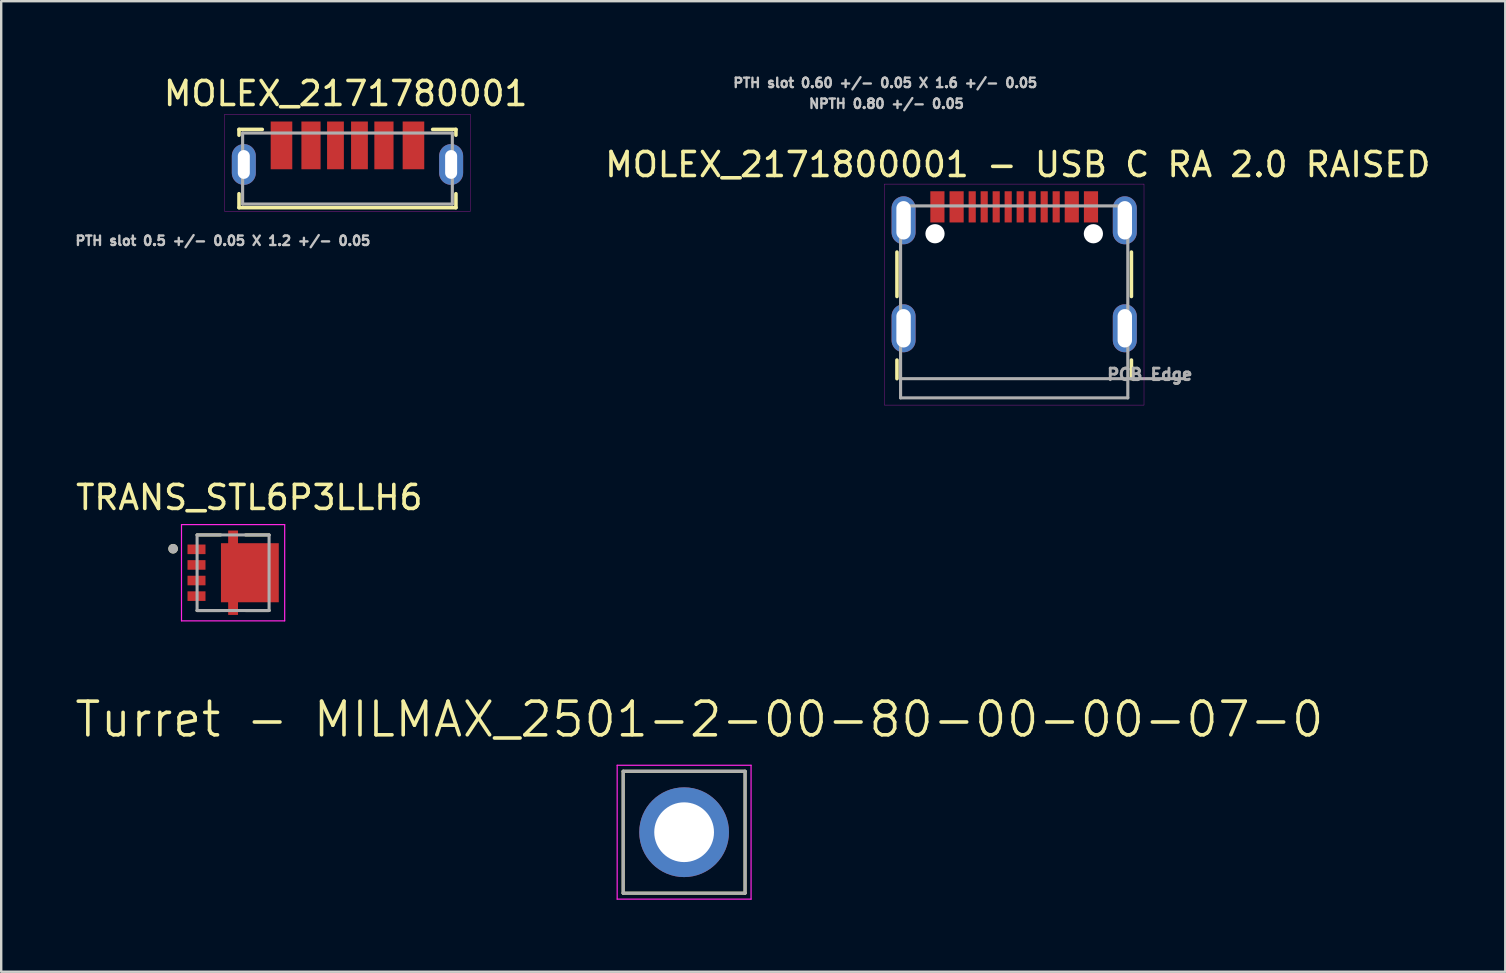
<source format=kicad_pcb>
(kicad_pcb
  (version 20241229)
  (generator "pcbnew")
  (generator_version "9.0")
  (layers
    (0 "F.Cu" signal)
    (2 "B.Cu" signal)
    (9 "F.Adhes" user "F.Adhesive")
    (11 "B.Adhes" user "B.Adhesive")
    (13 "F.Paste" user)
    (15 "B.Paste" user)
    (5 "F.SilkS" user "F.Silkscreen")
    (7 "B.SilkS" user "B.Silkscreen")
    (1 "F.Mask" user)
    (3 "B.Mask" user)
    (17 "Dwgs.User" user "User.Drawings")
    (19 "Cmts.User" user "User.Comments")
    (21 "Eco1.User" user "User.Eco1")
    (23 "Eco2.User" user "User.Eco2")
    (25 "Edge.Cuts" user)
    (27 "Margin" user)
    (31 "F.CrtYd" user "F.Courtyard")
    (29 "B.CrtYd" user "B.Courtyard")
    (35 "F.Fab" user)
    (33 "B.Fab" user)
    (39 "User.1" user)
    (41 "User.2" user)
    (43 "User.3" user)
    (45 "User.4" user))
  (footprint "MOLEX_2171780001"
    (layer "F.Cu")
    (at 11.431 3.974)
    (property "Reference" "MOLEX_2171780001" (at -0.075 -3.126 0) (layer "F.SilkS") (effects (font (size 1 1) (thickness 0.15))))
    (attr smd)
    (fp_poly (pts (xy -3.264 -2.023) (xy -2.236 -2.023) (xy -2.236 0.093) (xy -3.264 0.093)) (stroke (width 0.01) (type solid)) (fill yes) (layer "F.Mask"))
    (fp_poly (pts (xy -1.984 -2.023) (xy -1.056 -2.023) (xy -1.056 0.093) (xy -1.984 0.093)) (stroke (width 0.01) (type solid)) (fill yes) (layer "F.Mask"))
    (fp_poly (pts (xy -0.913 -2.023) (xy -0.086 -2.023) (xy -0.086 0.093) (xy -0.913 0.093)) (stroke (width 0.01) (type solid)) (fill yes) (layer "F.Mask"))
    (fp_poly (pts (xy 0.086 -2.023) (xy 0.913 -2.023) (xy 0.913 0.093) (xy 0.086 0.093)) (stroke (width 0.01) (type solid)) (fill yes) (layer "F.Mask"))
    (fp_poly (pts (xy 1.056 -2.023) (xy 1.984 -2.023) (xy 1.984 0.093) (xy 1.056 0.093)) (stroke (width 0.01) (type solid)) (fill yes) (layer "F.Mask"))
    (fp_poly (pts (xy 2.236 -2.023) (xy 3.264 -2.023) (xy 3.264 0.093) (xy 2.236 0.093)) (stroke (width 0.01) (type solid)) (fill yes) (layer "F.Mask"))
    (fp_line (start -4.52 -1.63) (end -3.55 -1.63) (stroke (width 0.15) (type solid)) (layer "F.SilkS"))
    (fp_line (start -4.52 -1.39) (end -4.52 -1.63) (stroke (width 0.15) (type solid)) (layer "F.SilkS"))
    (fp_line (start -4.52 1.63) (end -4.52 1.05) (stroke (width 0.15) (type solid)) (layer "F.SilkS"))
    (fp_line (start 3.55 -1.63) (end 4.52 -1.63) (stroke (width 0.15) (type solid)) (layer "F.SilkS"))
    (fp_line (start 4.52 -1.63) (end 4.52 -1.39) (stroke (width 0.15) (type solid)) (layer "F.SilkS"))
    (fp_line (start 4.52 1.05) (end 4.52 1.63) (stroke (width 0.15) (type solid)) (layer "F.SilkS"))
    (fp_line (start 4.52 1.63) (end -4.52 1.63) (stroke (width 0.15) (type solid)) (layer "F.SilkS"))
    (fp_line (start -5.12 -2.26) (end 5.12 -2.26) (stroke (width 0.01) (type solid)) (layer "F.CrtYd"))
    (fp_line (start -5.12 1.78) (end -5.12 -2.26) (stroke (width 0.01) (type solid)) (layer "F.CrtYd"))
    (fp_line (start 5.12 -2.26) (end 5.12 1.78) (stroke (width 0.01) (type solid)) (layer "F.CrtYd"))
    (fp_line (start 5.12 1.78) (end -5.12 1.78) (stroke (width 0.01) (type solid)) (layer "F.CrtYd"))
    (fp_line (start -4.37 -1.48) (end 4.37 -1.48) (stroke (width 0.13) (type solid)) (layer "F.Fab"))
    (fp_line (start -4.37 1.48) (end -4.37 -1.48) (stroke (width 0.13) (type solid)) (layer "F.Fab"))
    (fp_line (start 4.37 -1.48) (end 4.37 1.48) (stroke (width 0.13) (type solid)) (layer "F.Fab"))
    (fp_line (start 4.37 1.48) (end -4.37 1.48) (stroke (width 0.13) (type solid)) (layer "F.Fab"))
    (fp_text user "PTH slot 0.5 +/- 0.05 X 1.2 +/- 0.05" (at -5.192 3.009 0) (layer "Dwgs.User") (effects (font (size 0.394 0.394) (thickness 0.15))))
    (pad "A5" smd rect (at 0.5 -0.965) (size 0.7 1.99) (layers "F.Cu" "F.Paste"))
    (pad "A9" smd rect (at -1.52 -0.965) (size 0.8 1.99) (layers "F.Cu" "F.Paste"))
    (pad "A12" smd rect (at -2.75 -0.965) (size 0.9 1.99) (layers "F.Cu" "F.Paste"))
    (pad "B5" smd rect (at -0.5 -0.965) (size 0.7 1.99) (layers "F.Cu" "F.Paste"))
    (pad "B9" smd rect (at 1.52 -0.965) (size 0.8 1.99) (layers "F.Cu" "F.Paste"))
    (pad "B12" smd rect (at 2.75 -0.965) (size 0.9 1.99) (layers "F.Cu" "F.Paste"))
    (pad "SH1" thru_hole oval (at -4.32 -0.17) (size 1 1.7) (drill oval 0.5 1.2) (layers "*.Cu" "*.Mask"))
    (pad "SH2" thru_hole oval (at 4.32 -0.17) (size 1 1.7) (drill oval 0.5 1.2) (layers "*.Cu" "*.Mask")))
  (footprint "Turret - MILMAX_2501-2-00-80-00-00-07-0"
    (layer "F.Cu")
    (at 25.461 31.633)
    (property "Reference" "Turret - MILMAX_2501-2-00-80-00-00-07-0" (at 0.635 -4.701 0) (layer "F.SilkS") (effects (font (size 1.401 1.401) (thickness 0.15))))
    (attr through_hole)
    (fp_line (start -2.54 -2.54) (end 2.54 -2.54) (stroke (width 0.127) (type solid)) (layer "F.SilkS"))
    (fp_line (start -2.54 2.54) (end -2.54 -2.54) (stroke (width 0.127) (type solid)) (layer "F.SilkS"))
    (fp_line (start 2.54 -2.54) (end 2.54 2.54) (stroke (width 0.127) (type solid)) (layer "F.SilkS"))
    (fp_line (start 2.54 2.54) (end -2.54 2.54) (stroke (width 0.127) (type solid)) (layer "F.SilkS"))
    (fp_line (start -2.79 -2.79) (end 2.79 -2.79) (stroke (width 0.05) (type solid)) (layer "F.CrtYd"))
    (fp_line (start -2.79 2.79) (end -2.79 -2.79) (stroke (width 0.05) (type solid)) (layer "F.CrtYd"))
    (fp_line (start 2.79 -2.79) (end 2.79 2.79) (stroke (width 0.05) (type solid)) (layer "F.CrtYd"))
    (fp_line (start 2.79 2.79) (end -2.79 2.79) (stroke (width 0.05) (type solid)) (layer "F.CrtYd"))
    (fp_line (start -2.54 -2.54) (end 2.54 -2.54) (stroke (width 0.127) (type solid)) (layer "F.Fab"))
    (fp_line (start -2.54 2.54) (end -2.54 -2.54) (stroke (width 0.127) (type solid)) (layer "F.Fab"))
    (fp_line (start 2.54 -2.54) (end 2.54 2.54) (stroke (width 0.127) (type solid)) (layer "F.Fab"))
    (fp_line (start 2.54 2.54) (end -2.54 2.54) (stroke (width 0.127) (type solid)) (layer "F.Fab"))
    (pad "1" thru_hole circle (at 0 0) (size 3.74 3.74) (drill 2.49) (layers "*.Cu" "*.Mask")))
  (footprint "TRANS_STL6P3LLH6"
    (layer "F.Cu")
    (at 6.664 20.819)
    (property "Reference" "TRANS_STL6P3LLH6" (at 0.675 -3.135 0) (layer "F.SilkS") (effects (font (size 1 1) (thickness 0.15))))
    (attr smd)
    (fp_poly (pts (xy -0.6 -1.325) (xy -0.6 1.325) (xy -0.3 1.325) (xy -0.3 1.855) (xy 0.3 1.855) (xy 0.3 1.325) (xy 2 1.325) (xy 2 -1.325) (xy 0.3 -1.325) (xy 0.3 -1.855) (xy -0.3 -1.855) (xy -0.3 -1.325)) (stroke (width 0.01) (type solid)) (fill yes) (layer "F.Mask"))
    (fp_line (start -0.52 -1.575) (end -1.5 -1.575) (stroke (width 0.127) (type solid)) (layer "F.SilkS"))
    (fp_line (start -0.52 1.575) (end -1.5 1.575) (stroke (width 0.127) (type solid)) (layer "F.SilkS"))
    (fp_line (start 1.5 -1.575) (end 0.52 -1.575) (stroke (width 0.127) (type solid)) (layer "F.SilkS"))
    (fp_line (start 1.5 1.575) (end 0.52 1.575) (stroke (width 0.127) (type solid)) (layer "F.SilkS"))
    (fp_circle (center -2.5 -1) (end -2.4 -1) (stroke (width 0.2) (type solid)) (fill no) (layer "F.SilkS"))
    (fp_poly (pts (xy -0.2 -1.755) (xy 0.2 -1.755) (xy 0.2 -1.23) (xy -0.2 -1.23)) (stroke (width 0.01) (type solid)) (fill yes) (layer "F.Paste"))
    (fp_poly (pts (xy -0.2 1.23) (xy 0.2 1.23) (xy 0.2 1.755) (xy -0.2 1.755)) (stroke (width 0.01) (type solid)) (fill yes) (layer "F.Paste"))
    (fp_poly (pts (xy -0.06 -0.775) (xy 1.46 -0.775) (xy 1.46 0.775) (xy -0.06 0.775)) (stroke (width 0.01) (type solid)) (fill yes) (layer "F.Paste"))
    (fp_line (start -2.15 -2.005) (end 2.15 -2.005) (stroke (width 0.05) (type solid)) (layer "F.CrtYd"))
    (fp_line (start -2.15 2.005) (end -2.15 -2.005) (stroke (width 0.05) (type solid)) (layer "F.CrtYd"))
    (fp_line (start 2.15 -2.005) (end 2.15 2.005) (stroke (width 0.05) (type solid)) (layer "F.CrtYd"))
    (fp_line (start 2.15 2.005) (end -2.15 2.005) (stroke (width 0.05) (type solid)) (layer "F.CrtYd"))
    (fp_line (start -1.5 -1.575) (end 1.5 -1.575) (stroke (width 0.127) (type solid)) (layer "F.Fab"))
    (fp_line (start -1.5 1.575) (end -1.5 -1.575) (stroke (width 0.127) (type solid)) (layer "F.Fab"))
    (fp_line (start 1.5 -1.575) (end 1.5 1.575) (stroke (width 0.127) (type solid)) (layer "F.Fab"))
    (fp_line (start 1.5 1.575) (end -1.5 1.575) (stroke (width 0.127) (type solid)) (layer "F.Fab"))
    (fp_circle (center -2.5 -1) (end -2.4 -1) (stroke (width 0.2) (type solid)) (fill no) (layer "F.Fab"))
    (pad "1" smd rect (at -1.525 -0.975) (size 0.75 0.4) (layers "F.Cu" "F.Mask" "F.Paste"))
    (pad "2" smd rect (at -1.525 -0.325) (size 0.75 0.4) (layers "F.Cu" "F.Mask" "F.Paste"))
    (pad "3" smd rect (at -1.525 0.325) (size 0.75 0.4) (layers "F.Cu" "F.Mask" "F.Paste"))
    (pad "4" smd rect (at -1.525 0.975) (size 0.75 0.4) (layers "F.Cu" "F.Mask" "F.Paste"))
    (pad "5_8" smd custom (at 0.7 0) (size 2.4 2.45) (layers "F.Cu") (options (anchor rect)) (primitives (gr_poly (pts (xy -1.2 -1.225) (xy -1.2 1.225) (xy -0.9 1.225) (xy -0.9 1.755) (xy -0.5 1.755) (xy -0.5 1.225) (xy 1.2 1.225) (xy 1.2 -1.225) (xy -0.5 -1.225) (xy -0.5 -1.755) (xy -0.9 -1.755) (xy -0.9 -1.225)) (width 0.01) (fill yes)))))
  (footprint "MOLEX_2171800001 - USB C RA 2.0 RAISED"
    (layer "F.Cu")
    (at 39.217 12.731)
    (property "Reference" "MOLEX_2171800001 - USB C RA 2.0 RAISED" (at 0.151 -8.922 0) (layer "F.SilkS") (effects (font (size 1 1) (thickness 0.15))))
    (attr smd)
    (fp_poly (pts (xy -2.759 -7.873) (xy -2.042 -7.873) (xy -2.042 -6.447) (xy -2.759 -6.447)) (stroke (width 0.01) (type solid)) (fill yes) (layer "F.Mask"))
    (fp_poly (pts (xy -1.962 -7.873) (xy -1.538 -7.873) (xy -1.538 -6.447) (xy -1.962 -6.447)) (stroke (width 0.01) (type solid)) (fill yes) (layer "F.Mask"))
    (fp_poly (pts (xy -1.462 -7.873) (xy -1.038 -7.873) (xy -1.038 -6.447) (xy -1.462 -6.447)) (stroke (width 0.01) (type solid)) (fill yes) (layer "F.Mask"))
    (fp_poly (pts (xy -0.963 -7.873) (xy -0.537 -7.873) (xy -0.537 -6.447) (xy -0.963 -6.447)) (stroke (width 0.01) (type solid)) (fill yes) (layer "F.Mask"))
    (fp_poly (pts (xy -0.463 -7.873) (xy -0.037 -7.873) (xy -0.037 -6.447) (xy -0.463 -6.447)) (stroke (width 0.01) (type solid)) (fill yes) (layer "F.Mask"))
    (fp_poly (pts (xy 0.037 -7.873) (xy 0.463 -7.873) (xy 0.463 -6.447) (xy 0.037 -6.447)) (stroke (width 0.01) (type solid)) (fill yes) (layer "F.Mask"))
    (fp_poly (pts (xy 0.537 -7.873) (xy 0.963 -7.873) (xy 0.963 -6.447) (xy 0.537 -6.447)) (stroke (width 0.01) (type solid)) (fill yes) (layer "F.Mask"))
    (fp_poly (pts (xy 1.038 -7.873) (xy 1.462 -7.873) (xy 1.462 -6.447) (xy 1.038 -6.447)) (stroke (width 0.01) (type solid)) (fill yes) (layer "F.Mask"))
    (fp_poly (pts (xy 1.538 -7.873) (xy 1.962 -7.873) (xy 1.962 -6.447) (xy 1.538 -6.447)) (stroke (width 0.01) (type solid)) (fill yes) (layer "F.Mask"))
    (fp_poly (pts (xy 2.042 -7.873) (xy 2.759 -7.873) (xy 2.759 -6.447) (xy 2.042 -6.447)) (stroke (width 0.01) (type solid)) (fill yes) (layer "F.Mask"))
    (fp_poly (pts (xy -3.558 -7.873) (xy -2.837 -7.873) (xy -2.837 -6.02) (xy -2.838 -5.998) (xy -2.84 -5.975) (xy -2.844 -5.952) (xy -2.849 -5.93) (xy -2.855 -5.908) (xy -2.862 -5.886) (xy -2.87 -5.865) (xy -2.879 -5.844) (xy -2.889 -5.823) (xy -2.9 -5.803) (xy -2.912 -5.784) (xy -2.925 -5.765) (xy -2.939 -5.747) (xy -2.954 -5.73) (xy -2.97 -5.713) (xy -2.987 -5.698) (xy -3.004 -5.683) (xy -3.022 -5.669) (xy -3.041 -5.656) (xy -3.06 -5.644) (xy -3.08 -5.632) (xy -3.1 -5.622) (xy -3.121 -5.613) (xy -3.143 -5.605) (xy -3.165 -5.598) (xy -3.187 -5.592) (xy -3.209 -5.587) (xy -3.232 -5.584) (xy -3.254 -5.581) (xy -3.275 -5.58) (xy -3.305 -5.58) (xy -3.329 -5.581) (xy -3.353 -5.583) (xy -3.377 -5.586) (xy -3.401 -5.59) (xy -3.424 -5.596) (xy -3.447 -5.603) (xy -3.47 -5.611) (xy -3.492 -5.62) (xy -3.514 -5.63) (xy -3.535 -5.642) (xy -3.556 -5.654) (xy -3.575 -5.668) (xy -3.594 -5.683) (xy -3.613 -5.698) (xy -3.63 -5.715) (xy -3.647 -5.732) (xy -3.662 -5.751) (xy -3.677 -5.77) (xy -3.691 -5.789) (xy -3.703 -5.81) (xy -3.715 -5.831) (xy -3.725 -5.853) (xy -3.734 -5.875) (xy -3.742 -5.898) (xy -3.749 -5.921) (xy -3.755 -5.944) (xy -3.759 -5.968) (xy -3.762 -5.992) (xy -3.764 -6.016) (xy -3.765 -6.04) (xy -3.765 -6.055) (xy -3.764 -6.07) (xy -3.764 -6.085) (xy -3.762 -6.1) (xy -3.76 -6.115) (xy -3.758 -6.129) (xy -3.755 -6.144) (xy -3.751 -6.159) (xy -3.747 -6.173) (xy -3.743 -6.187) (xy -3.738 -6.201) (xy -3.733 -6.215) (xy -3.727 -6.229) (xy -3.721 -6.243) (xy -3.715 -6.256) (xy -3.708 -6.269) (xy -3.7 -6.282) (xy -3.692 -6.295) (xy -3.684 -6.307) (xy -3.675 -6.319) (xy -3.666 -6.331) (xy -3.657 -6.343) (xy -3.647 -6.354) (xy -3.637 -6.365) (xy -3.626 -6.375) (xy -3.616 -6.386) (xy -3.604 -6.396) (xy -3.593 -6.405) (xy -3.581 -6.414) (xy -3.569 -6.423) (xy -3.558 -6.43) (xy -3.558 -7.873) (xy -3.558 -7.873)) (stroke (width 0.01) (type solid)) (fill yes) (layer "F.Mask"))
    (fp_poly (pts (xy 3.558 -7.873) (xy 2.837 -7.873) (xy 2.837 -6.02) (xy 2.838 -5.998) (xy 2.84 -5.975) (xy 2.844 -5.952) (xy 2.849 -5.93) (xy 2.855 -5.908) (xy 2.862 -5.886) (xy 2.87 -5.865) (xy 2.879 -5.844) (xy 2.889 -5.823) (xy 2.9 -5.803) (xy 2.912 -5.784) (xy 2.925 -5.765) (xy 2.939 -5.747) (xy 2.954 -5.73) (xy 2.97 -5.713) (xy 2.987 -5.698) (xy 3.004 -5.683) (xy 3.022 -5.669) (xy 3.041 -5.656) (xy 3.06 -5.644) (xy 3.08 -5.632) (xy 3.1 -5.622) (xy 3.121 -5.613) (xy 3.143 -5.605) (xy 3.165 -5.598) (xy 3.187 -5.592) (xy 3.209 -5.587) (xy 3.232 -5.584) (xy 3.254 -5.581) (xy 3.275 -5.58) (xy 3.305 -5.58) (xy 3.329 -5.581) (xy 3.353 -5.583) (xy 3.377 -5.586) (xy 3.401 -5.59) (xy 3.424 -5.596) (xy 3.447 -5.603) (xy 3.47 -5.611) (xy 3.492 -5.62) (xy 3.514 -5.63) (xy 3.535 -5.642) (xy 3.556 -5.654) (xy 3.575 -5.668) (xy 3.594 -5.683) (xy 3.613 -5.698) (xy 3.63 -5.715) (xy 3.647 -5.732) (xy 3.662 -5.751) (xy 3.677 -5.77) (xy 3.691 -5.789) (xy 3.703 -5.81) (xy 3.715 -5.831) (xy 3.725 -5.853) (xy 3.734 -5.875) (xy 3.742 -5.898) (xy 3.749 -5.921) (xy 3.755 -5.944) (xy 3.759 -5.968) (xy 3.762 -5.992) (xy 3.764 -6.016) (xy 3.765 -6.04) (xy 3.765 -6.055) (xy 3.764 -6.07) (xy 3.764 -6.085) (xy 3.762 -6.1) (xy 3.76 -6.115) (xy 3.758 -6.129) (xy 3.755 -6.144) (xy 3.751 -6.159) (xy 3.747 -6.173) (xy 3.743 -6.187) (xy 3.738 -6.201) (xy 3.733 -6.215) (xy 3.727 -6.229) (xy 3.721 -6.243) (xy 3.715 -6.256) (xy 3.708 -6.269) (xy 3.7 -6.282) (xy 3.692 -6.295) (xy 3.684 -6.307) (xy 3.675 -6.319) (xy 3.666 -6.331) (xy 3.657 -6.343) (xy 3.647 -6.354) (xy 3.637 -6.365) (xy 3.626 -6.375) (xy 3.616 -6.386) (xy 3.604 -6.396) (xy 3.593 -6.405) (xy 3.581 -6.414) (xy 3.569 -6.423) (xy 3.558 -6.43) (xy 3.558 -7.873) (xy 3.558 -7.873)) (stroke (width 0.01) (type solid)) (fill yes) (layer "F.Mask"))
    (fp_circle (center -3.3 -6.04) (end -3.068 -6.04) (stroke (width 0.464) (type solid)) (fill no) (layer "B.Mask"))
    (fp_circle (center 3.3 -6.04) (end 3.532 -6.04) (stroke (width 0.464) (type solid)) (fill no) (layer "B.Mask"))
    (fp_line (start -4.885 -3.425) (end -4.885 -5.275) (stroke (width 0.15) (type solid)) (layer "F.SilkS"))
    (fp_line (start -4.885 0) (end -4.885 -0.775) (stroke (width 0.15) (type solid)) (layer "F.SilkS"))
    (fp_line (start 4.885 -5.275) (end 4.885 -3.425) (stroke (width 0.15) (type solid)) (layer "F.SilkS"))
    (fp_line (start 4.885 -0.775) (end 4.885 0) (stroke (width 0.15) (type solid)) (layer "F.SilkS"))
    (fp_line (start -5.41 -8.11) (end 5.41 -8.11) (stroke (width 0.01) (type solid)) (layer "F.CrtYd"))
    (fp_line (start -5.41 1.1) (end -5.41 -8.11) (stroke (width 0.01) (type solid)) (layer "F.CrtYd"))
    (fp_line (start 5.41 -8.11) (end 5.41 1.1) (stroke (width 0.01) (type solid)) (layer "F.CrtYd"))
    (fp_line (start 5.41 1.1) (end -5.41 1.1) (stroke (width 0.01) (type solid)) (layer "F.CrtYd"))
    (fp_line (start -4.735 -7.2) (end 4.735 -7.2) (stroke (width 0.13) (type solid)) (layer "F.Fab"))
    (fp_line (start -4.735 0) (end -4.735 -7.2) (stroke (width 0.13) (type solid)) (layer "F.Fab"))
    (fp_line (start -4.735 0) (end -4.735 0.8) (stroke (width 0.13) (type solid)) (layer "F.Fab"))
    (fp_line (start 4.735 -7.2) (end 4.735 0) (stroke (width 0.13) (type solid)) (layer "F.Fab"))
    (fp_line (start 4.735 0) (end -4.735 0) (stroke (width 0.13) (type solid)) (layer "F.Fab"))
    (fp_line (start 4.735 0) (end 7.11 0) (stroke (width 0.13) (type solid)) (layer "F.Fab"))
    (fp_line (start 4.735 0.8) (end -4.735 0.8) (stroke (width 0.13) (type solid)) (layer "F.Fab"))
    (fp_line (start 4.735 0.8) (end 4.735 0) (stroke (width 0.13) (type solid)) (layer "F.Fab"))
    (fp_text user "NPTH 0.80 +/- 0.05" (at -5.324 -11.458 0) (layer "Dwgs.User") (effects (font (size 0.394 0.394) (thickness 0.15))))
    (fp_text user "PTH slot 0.60 +/- 0.05 X 1.6 +/- 0.05" (at -5.374 -12.328 0) (layer "Dwgs.User") (effects (font (size 0.394 0.394) (thickness 0.15))))
    (fp_text user "PCB Edge" (at 5.65 -0.175 0) (layer "F.Fab") (effects (font (size 0.48 0.48) (thickness 0.15))))
    (pad "" np_thru_hole circle (at -3.3 -6.04) (size 0.8 0.8) (drill 0.8) (layers "*.Cu" "*.Mask"))
    (pad "" np_thru_hole circle (at 3.3 -6.04) (size 0.8 0.8) (drill 0.8) (layers "*.Cu" "*.Mask"))
    (pad "A1B12" smd rect (at -3.2 -7.16) (size 0.59 1.3) (layers "F.Cu" "F.Paste"))
    (pad "A4B9" smd rect (at -2.4 -7.16) (size 0.59 1.3) (layers "F.Cu" "F.Paste"))
    (pad "A5" smd rect (at -1.25 -7.16) (size 0.298 1.3) (layers "F.Cu" "F.Paste"))
    (pad "A6" smd rect (at -0.25 -7.16) (size 0.298 1.3) (layers "F.Cu" "F.Paste"))
    (pad "A7" smd rect (at 0.25 -7.16) (size 0.298 1.3) (layers "F.Cu" "F.Paste"))
    (pad "A8" smd rect (at 1.25 -7.16) (size 0.298 1.3) (layers "F.Cu" "F.Paste"))
    (pad "B1A12" smd rect (at 3.2 -7.16) (size 0.59 1.3) (layers "F.Cu" "F.Paste"))
    (pad "B4A9" smd rect (at 2.4 -7.16) (size 0.59 1.3) (layers "F.Cu" "F.Paste"))
    (pad "B5" smd rect (at 1.75 -7.16) (size 0.298 1.3) (layers "F.Cu" "F.Paste"))
    (pad "B6" smd rect (at 0.75 -7.16) (size 0.298 1.3) (layers "F.Cu" "F.Paste"))
    (pad "B7" smd rect (at -0.75 -7.16) (size 0.298 1.3) (layers "F.Cu" "F.Paste"))
    (pad "B8" smd rect (at -1.75 -7.16) (size 0.298 1.3) (layers "F.Cu" "F.Paste"))
    (pad "SH1" thru_hole oval (at -4.61 -2.1) (size 1 2) (drill oval 0.6 1.6) (layers "*.Cu" "*.Mask"))
    (pad "SH2" thru_hole oval (at 4.61 -2.1) (size 1 2) (drill oval 0.6 1.6) (layers "*.Cu" "*.Mask"))
    (pad "SH3" thru_hole oval (at -4.61 -6.6) (size 1 2) (drill oval 0.6 1.6) (layers "*.Cu" "*.Mask"))
    (pad "SH4" thru_hole oval (at 4.61 -6.6) (size 1 2) (drill oval 0.6 1.6) (layers "*.Cu" "*.Mask")))
  (gr_rect
    (start -3 -3)
    (end 59.683 37.448)
    (stroke (width 0.1) (type default))
    (fill no)
    (layer "Edge.Cuts")))
</source>
